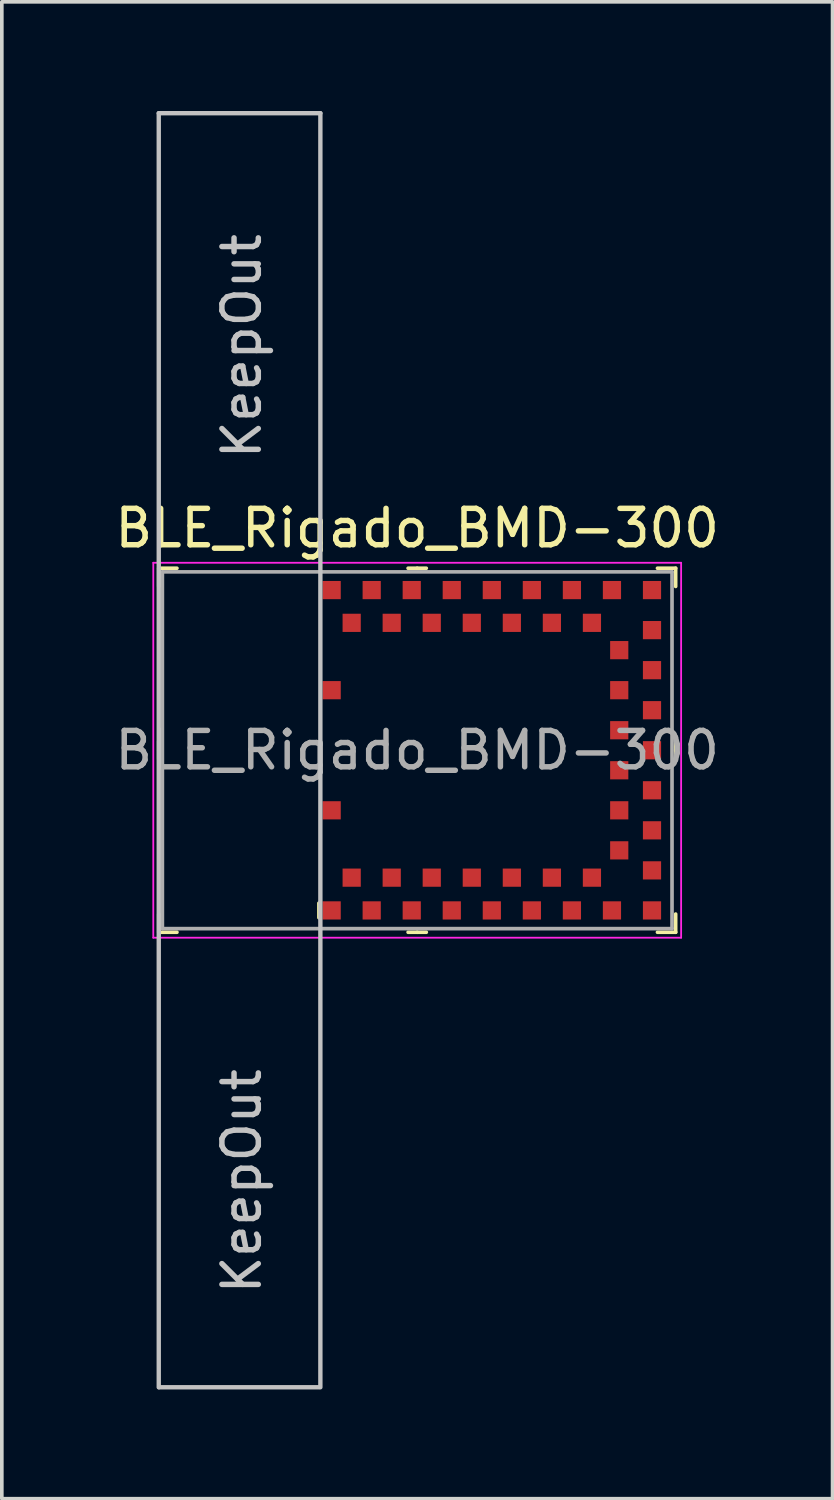
<source format=kicad_pcb>
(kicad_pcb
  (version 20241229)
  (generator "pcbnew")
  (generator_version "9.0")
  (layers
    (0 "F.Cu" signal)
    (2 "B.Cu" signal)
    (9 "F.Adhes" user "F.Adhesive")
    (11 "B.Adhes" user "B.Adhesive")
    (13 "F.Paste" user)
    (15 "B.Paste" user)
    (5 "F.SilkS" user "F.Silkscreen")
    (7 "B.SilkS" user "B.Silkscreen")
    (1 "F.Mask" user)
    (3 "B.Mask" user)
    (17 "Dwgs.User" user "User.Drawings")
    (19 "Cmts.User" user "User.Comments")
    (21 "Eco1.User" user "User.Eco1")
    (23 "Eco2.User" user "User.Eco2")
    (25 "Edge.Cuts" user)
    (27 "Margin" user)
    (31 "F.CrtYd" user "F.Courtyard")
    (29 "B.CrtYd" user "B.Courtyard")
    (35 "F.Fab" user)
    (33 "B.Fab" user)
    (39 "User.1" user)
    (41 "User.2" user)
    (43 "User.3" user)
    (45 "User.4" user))
  (footprint "BLE_Rigado_BMD-300"
    (layer "F.Cu")
    (at 8.411 17.56)
    (property "Reference" "BLE_Rigado_BMD-300" (at 0 -6.1 0) (layer "F.SilkS") (effects (font (size 1 1) (thickness 0.15))))
    (attr smd)
    (fp_line (start -7.1 -5) (end -7.1 -4.5) (stroke (width 0.1) (type solid)) (layer "F.SilkS"))
    (fp_line (start -7.1 -5) (end -6.6 -5) (stroke (width 0.1) (type solid)) (layer "F.SilkS"))
    (fp_line (start -7.1 0) (end -7.1 -0.25) (stroke (width 0.1) (type solid)) (layer "F.SilkS"))
    (fp_line (start -7.1 0) (end -7.1 0.25) (stroke (width 0.1) (type solid)) (layer "F.SilkS"))
    (fp_line (start -7.1 5) (end -7.1 4.5) (stroke (width 0.1) (type solid)) (layer "F.SilkS"))
    (fp_line (start -7.1 5) (end -6.6 5) (stroke (width 0.1) (type solid)) (layer "F.SilkS"))
    (fp_line (start -2.7 4.2) (end -2.7 4.6) (stroke (width 0.1) (type solid)) (layer "F.SilkS"))
    (fp_line (start 0 -5) (end -0.25 -5) (stroke (width 0.1) (type solid)) (layer "F.SilkS"))
    (fp_line (start 0 -5) (end 0.25 -5) (stroke (width 0.1) (type solid)) (layer "F.SilkS"))
    (fp_line (start 0 5) (end -0.25 5) (stroke (width 0.1) (type solid)) (layer "F.SilkS"))
    (fp_line (start 0 5) (end 0.25 5) (stroke (width 0.1) (type solid)) (layer "F.SilkS"))
    (fp_line (start 7.1 -5) (end 6.6 -5) (stroke (width 0.1) (type solid)) (layer "F.SilkS"))
    (fp_line (start 7.1 -5) (end 7.1 -4.5) (stroke (width 0.1) (type solid)) (layer "F.SilkS"))
    (fp_line (start 7.1 0) (end 7.1 -0.25) (stroke (width 0.1) (type solid)) (layer "F.SilkS"))
    (fp_line (start 7.1 0) (end 7.1 0.25) (stroke (width 0.1) (type solid)) (layer "F.SilkS"))
    (fp_line (start 7.1 5) (end 6.6 5) (stroke (width 0.1) (type solid)) (layer "F.SilkS"))
    (fp_line (start 7.1 5) (end 7.1 4.5) (stroke (width 0.1) (type solid)) (layer "F.SilkS"))
    (fp_line (start -7.1 -17.5) (end -2.66 -17.5) (stroke (width 0.12) (type solid)) (layer "Dwgs.User"))
    (fp_line (start -7.1 17.5) (end -7.1 -17.5) (stroke (width 0.12) (type solid)) (layer "Dwgs.User"))
    (fp_line (start -2.7 17.5) (end -7.09 17.5) (stroke (width 0.12) (type solid)) (layer "Dwgs.User"))
    (fp_line (start -2.66 -17.5) (end -2.66 17.5) (stroke (width 0.12) (type solid)) (layer "Dwgs.User"))
    (fp_line (start -7.25 -5.15) (end -7.25 5.15) (stroke (width 0.05) (type solid)) (layer "F.CrtYd"))
    (fp_line (start 7.25 -5.15) (end -7.25 -5.15) (stroke (width 0.05) (type solid)) (layer "F.CrtYd"))
    (fp_line (start 7.25 -5.15) (end 7.25 5.15) (stroke (width 0.05) (type solid)) (layer "F.CrtYd"))
    (fp_line (start 7.25 5.15) (end -7.25 5.15) (stroke (width 0.05) (type solid)) (layer "F.CrtYd"))
    (fp_line (start -7 -4.9) (end -7 4.9) (stroke (width 0.1) (type solid)) (layer "F.Fab"))
    (fp_line (start -7 -4.9) (end 7 -4.9) (stroke (width 0.1) (type solid)) (layer "F.Fab"))
    (fp_line (start -7 4.9) (end 7 4.9) (stroke (width 0.1) (type solid)) (layer "F.Fab"))
    (fp_line (start 7 -4.9) (end 7 4.9) (stroke (width 0.1) (type solid)) (layer "F.Fab"))
    (fp_text user "KeepOut" (at -4.82 11.84 90) (layer "Dwgs.User") (effects (font (size 1 1) (thickness 0.15))))
    (fp_text user "KeepOut" (at -4.82 -11.1 90) (layer "Dwgs.User") (effects (font (size 1 1) (thickness 0.15))))
    (fp_text user "${REFERENCE}" (at 0 0 0) (layer "F.Fab") (effects (font (size 1 1) (thickness 0.15))))
    (pad "1" smd rect (at -2.35 4.4) (size 0.5 0.5) (layers "F.Cu" "F.Mask" "F.Paste"))
    (pad "2" smd rect (at -1.8 3.5) (size 0.5 0.5) (layers "F.Cu" "F.Mask" "F.Paste"))
    (pad "3" smd rect (at -1.25 4.4) (size 0.5 0.5) (layers "F.Cu" "F.Mask" "F.Paste"))
    (pad "4" smd rect (at -0.7 3.5) (size 0.5 0.5) (layers "F.Cu" "F.Mask" "F.Paste"))
    (pad "5" smd rect (at -0.15 4.4) (size 0.5 0.5) (layers "F.Cu" "F.Mask" "F.Paste"))
    (pad "6" smd rect (at 0.4 3.5) (size 0.5 0.5) (layers "F.Cu" "F.Mask" "F.Paste"))
    (pad "7" smd rect (at 0.95 4.4) (size 0.5 0.5) (layers "F.Cu" "F.Mask" "F.Paste"))
    (pad "8" smd rect (at 1.5 3.5) (size 0.5 0.5) (layers "F.Cu" "F.Mask" "F.Paste"))
    (pad "9" smd rect (at 2.05 4.4) (size 0.5 0.5) (layers "F.Cu" "F.Mask" "F.Paste"))
    (pad "10" smd rect (at 2.6 3.5) (size 0.5 0.5) (layers "F.Cu" "F.Mask" "F.Paste"))
    (pad "11" smd rect (at 3.15 4.4) (size 0.5 0.5) (layers "F.Cu" "F.Mask" "F.Paste"))
    (pad "12" smd rect (at 3.7 3.5) (size 0.5 0.5) (layers "F.Cu" "F.Mask" "F.Paste"))
    (pad "13" smd rect (at 4.25 4.4) (size 0.5 0.5) (layers "F.Cu" "F.Mask" "F.Paste"))
    (pad "14" smd rect (at 4.8 3.5) (size 0.5 0.5) (layers "F.Cu" "F.Mask" "F.Paste"))
    (pad "15" smd rect (at 5.35 4.4) (size 0.5 0.5) (layers "F.Cu" "F.Mask" "F.Paste"))
    (pad "16" smd rect (at 6.45 4.4) (size 0.5 0.5) (layers "F.Cu" "F.Mask" "F.Paste"))
    (pad "17" smd rect (at 6.45 3.3) (size 0.5 0.5) (layers "F.Cu" "F.Mask" "F.Paste"))
    (pad "18" smd rect (at 5.55 2.75) (size 0.5 0.5) (layers "F.Cu" "F.Mask" "F.Paste"))
    (pad "19" smd rect (at 6.45 2.2) (size 0.5 0.5) (layers "F.Cu" "F.Mask" "F.Paste"))
    (pad "20" smd rect (at 5.55 1.65) (size 0.5 0.5) (layers "F.Cu" "F.Mask" "F.Paste"))
    (pad "21" smd rect (at 6.45 1.1) (size 0.5 0.5) (layers "F.Cu" "F.Mask" "F.Paste"))
    (pad "22" smd rect (at 5.55 0.55) (size 0.5 0.5) (layers "F.Cu" "F.Mask" "F.Paste"))
    (pad "23" smd rect (at 6.45 0) (size 0.5 0.5) (layers "F.Cu" "F.Mask" "F.Paste"))
    (pad "24" smd rect (at 5.55 -0.55) (size 0.5 0.5) (layers "F.Cu" "F.Mask" "F.Paste"))
    (pad "25" smd rect (at 6.45 -1.1) (size 0.5 0.5) (layers "F.Cu" "F.Mask" "F.Paste"))
    (pad "26" smd rect (at 5.55 -1.65) (size 0.5 0.5) (layers "F.Cu" "F.Mask" "F.Paste"))
    (pad "27" smd rect (at 6.45 -2.2) (size 0.5 0.5) (layers "F.Cu" "F.Mask" "F.Paste"))
    (pad "28" smd rect (at 5.55 -2.75) (size 0.5 0.5) (layers "F.Cu" "F.Mask" "F.Paste"))
    (pad "29" smd rect (at 6.45 -3.3) (size 0.5 0.5) (layers "F.Cu" "F.Mask" "F.Paste"))
    (pad "30" smd rect (at 6.45 -4.4) (size 0.5 0.5) (layers "F.Cu" "F.Mask" "F.Paste"))
    (pad "31" smd rect (at 5.35 -4.4) (size 0.5 0.5) (layers "F.Cu" "F.Mask" "F.Paste"))
    (pad "32" smd rect (at 4.8 -3.5) (size 0.5 0.5) (layers "F.Cu" "F.Mask" "F.Paste"))
    (pad "33" smd rect (at 4.25 -4.4) (size 0.5 0.5) (layers "F.Cu" "F.Mask" "F.Paste"))
    (pad "34" smd rect (at 3.7 -3.5) (size 0.5 0.5) (layers "F.Cu" "F.Mask" "F.Paste"))
    (pad "35" smd rect (at 3.15 -4.4) (size 0.5 0.5) (layers "F.Cu" "F.Mask" "F.Paste"))
    (pad "36" smd rect (at 2.6 -3.5) (size 0.5 0.5) (layers "F.Cu" "F.Mask" "F.Paste"))
    (pad "37" smd rect (at 2.05 -4.4) (size 0.5 0.5) (layers "F.Cu" "F.Mask" "F.Paste"))
    (pad "38" smd rect (at 1.5 -3.5) (size 0.5 0.5) (layers "F.Cu" "F.Mask" "F.Paste"))
    (pad "39" smd rect (at 0.95 -4.4) (size 0.5 0.5) (layers "F.Cu" "F.Mask" "F.Paste"))
    (pad "40" smd rect (at 0.4 -3.5) (size 0.5 0.5) (layers "F.Cu" "F.Mask" "F.Paste"))
    (pad "41" smd rect (at -0.15 -4.4) (size 0.5 0.5) (layers "F.Cu" "F.Mask" "F.Paste"))
    (pad "42" smd rect (at -0.7 -3.5) (size 0.5 0.5) (layers "F.Cu" "F.Mask" "F.Paste"))
    (pad "43" smd rect (at -1.25 -4.4) (size 0.5 0.5) (layers "F.Cu" "F.Mask" "F.Paste"))
    (pad "44" smd rect (at -1.8 -3.5) (size 0.5 0.5) (layers "F.Cu" "F.Mask" "F.Paste"))
    (pad "45" smd rect (at -2.35 -4.4) (size 0.5 0.5) (layers "F.Cu" "F.Mask" "F.Paste"))
    (pad "46" smd rect (at -2.35 -1.65) (size 0.5 0.5) (layers "F.Cu" "F.Mask" "F.Paste"))
    (pad "47" smd rect (at -2.35 1.65) (size 0.5 0.5) (layers "F.Cu" "F.Mask" "F.Paste")))
  (gr_rect
    (start -3 -3)
    (end 19.821 38.12)
    (stroke (width 0.1) (type default))
    (fill no)
    (layer "Edge.Cuts")))
</source>
